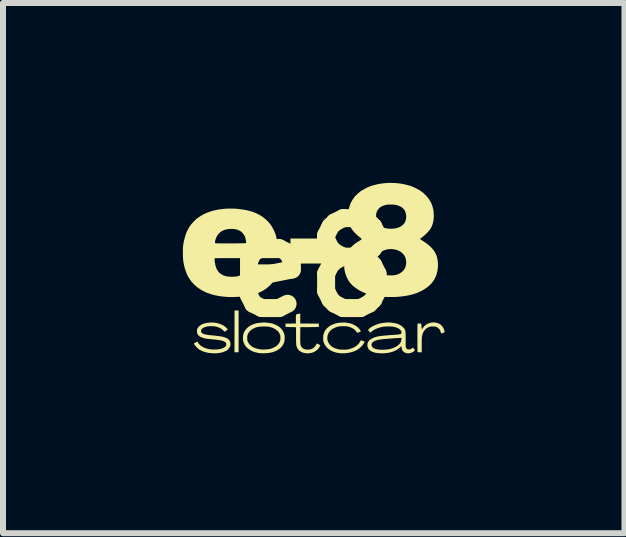
<source format=kicad_pcb>
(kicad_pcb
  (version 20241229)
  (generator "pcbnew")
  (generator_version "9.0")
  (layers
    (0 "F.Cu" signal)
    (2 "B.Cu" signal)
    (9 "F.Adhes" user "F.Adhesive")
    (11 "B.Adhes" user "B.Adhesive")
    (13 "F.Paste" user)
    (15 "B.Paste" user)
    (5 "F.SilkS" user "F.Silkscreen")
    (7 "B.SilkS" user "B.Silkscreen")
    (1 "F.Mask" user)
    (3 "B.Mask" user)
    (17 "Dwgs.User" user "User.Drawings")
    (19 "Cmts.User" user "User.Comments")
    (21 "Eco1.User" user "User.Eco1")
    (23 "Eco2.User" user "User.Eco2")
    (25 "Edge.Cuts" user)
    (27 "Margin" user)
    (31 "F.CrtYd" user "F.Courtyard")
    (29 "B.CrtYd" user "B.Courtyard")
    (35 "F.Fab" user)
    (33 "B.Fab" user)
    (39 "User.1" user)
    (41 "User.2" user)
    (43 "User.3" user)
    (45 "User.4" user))
  (footprint "e8"
    (layer "F.Cu")
    (at 2.174 1.409)
    (property "Reference" "e8" (at 0 0 0) (layer "F.SilkS") (effects (font (size 1.5 1.5) (thickness 0.3))))
    (attr board_only exclude_from_pos_files exclude_from_bom)
    (fp_poly (pts (xy -1.245 1.067) (xy -1.245 1.415) (xy -1.279 1.415) (xy -1.314 1.415) (xy -1.313 1.068) (xy -1.313 0.72) (xy -1.279 0.719) (xy -1.245 0.718)) (stroke (width 0) (type solid)) (fill yes) (layer "F.SilkS"))
    (fp_poly (pts (xy 0.298 -0.273) (xy 0.298 -0.065) (xy -0.04 -0.064) (xy -0.096 -0.064) (xy -0.145 -0.064) (xy -0.189 -0.064) (xy -0.227 -0.064) (xy -0.261 -0.064) (xy -0.289 -0.064) (xy -0.313 -0.064) (xy -0.333 -0.064) (xy -0.349 -0.065) (xy -0.361 -0.065) (xy -0.37 -0.065) (xy -0.376 -0.066) (xy -0.379 -0.066) (xy -0.38 -0.067) (xy -0.38 -0.071) (xy -0.38 -0.08) (xy -0.38 -0.095) (xy -0.381 -0.114) (xy -0.381 -0.138) (xy -0.381 -0.165) (xy -0.381 -0.196) (xy -0.381 -0.228) (xy -0.381 -0.263) (xy -0.381 -0.276) (xy -0.38 -0.481) (xy -0.041 -0.481) (xy 0.298 -0.481)) (stroke (width 0) (type solid)) (fill yes) (layer "F.SilkS"))
    (fp_poly (pts (xy -0.217 0.852) (xy -0.217 0.936) (xy -0.062 0.937) (xy 0.093 0.938) (xy 0.093 0.966) (xy 0.093 0.994) (xy -0.061 0.996) (xy -0.216 0.997) (xy -0.217 1.133) (xy -0.217 1.169) (xy -0.217 1.2) (xy -0.217 1.226) (xy -0.216 1.247) (xy -0.215 1.265) (xy -0.214 1.279) (xy -0.212 1.29) (xy -0.21 1.3) (xy -0.207 1.308) (xy -0.203 1.316) (xy -0.198 1.324) (xy -0.194 1.329) (xy -0.178 1.346) (xy -0.158 1.359) (xy -0.134 1.367) (xy -0.105 1.371) (xy -0.093 1.372) (xy -0.062 1.37) (xy -0.035 1.363) (xy -0.01 1.352) (xy 0.009 1.339) (xy 0.021 1.328) (xy 0.033 1.313) (xy 0.044 1.298) (xy 0.052 1.284) (xy 0.053 1.282) (xy 0.056 1.274) (xy 0.06 1.27) (xy 0.06 1.27) (xy 0.065 1.271) (xy 0.074 1.275) (xy 0.084 1.28) (xy 0.095 1.285) (xy 0.105 1.291) (xy 0.113 1.295) (xy 0.116 1.298) (xy 0.117 1.299) (xy 0.115 1.306) (xy 0.109 1.317) (xy 0.102 1.33) (xy 0.093 1.344) (xy 0.083 1.357) (xy 0.074 1.368) (xy 0.07 1.371) (xy 0.06 1.38) (xy 0.047 1.39) (xy 0.032 1.399) (xy 0.019 1.407) (xy 0.013 1.411) (xy -0.016 1.422) (xy -0.047 1.429) (xy -0.08 1.433) (xy -0.113 1.433) (xy -0.137 1.43) (xy -0.172 1.422) (xy -0.203 1.409) (xy -0.228 1.393) (xy -0.249 1.373) (xy -0.266 1.348) (xy -0.276 1.325) (xy -0.278 1.317) (xy -0.28 1.31) (xy -0.282 1.302) (xy -0.284 1.293) (xy -0.285 1.283) (xy -0.285 1.27) (xy -0.286 1.254) (xy -0.286 1.235) (xy -0.287 1.211) (xy -0.287 1.182) (xy -0.287 1.148) (xy -0.287 1.145) (xy -0.287 1.115) (xy -0.287 1.088) (xy -0.287 1.063) (xy -0.288 1.041) (xy -0.288 1.024) (xy -0.288 1.01) (xy -0.289 1.002) (xy -0.289 1) (xy -0.292 0.999) (xy -0.298 0.998) (xy -0.309 0.997) (xy -0.324 0.996) (xy -0.344 0.996) (xy -0.37 0.995) (xy -0.377 0.995) (xy -0.462 0.994) (xy -0.462 0.966) (xy -0.462 0.938) (xy -0.376 0.937) (xy -0.29 0.936) (xy -0.29 0.864) (xy -0.29 0.839) (xy -0.29 0.82) (xy -0.289 0.806) (xy -0.288 0.796) (xy -0.286 0.789) (xy -0.283 0.785) (xy -0.28 0.783) (xy -0.275 0.781) (xy -0.271 0.78) (xy -0.255 0.777) (xy -0.238 0.774) (xy -0.226 0.771) (xy -0.217 0.768)) (stroke (width 0) (type solid)) (fill yes) (layer "F.SilkS"))
    (fp_poly (pts (xy 2.036 0.92) (xy 2.07 0.928) (xy 2.086 0.934) (xy 2.101 0.94) (xy 2.113 0.947) (xy 2.124 0.956) (xy 2.137 0.967) (xy 2.158 0.991) (xy 2.174 1.018) (xy 2.185 1.05) (xy 2.185 1.05) (xy 2.189 1.064) (xy 2.19 1.074) (xy 2.188 1.08) (xy 2.183 1.085) (xy 2.173 1.089) (xy 2.161 1.093) (xy 2.132 1.102) (xy 2.129 1.092) (xy 2.123 1.071) (xy 2.117 1.054) (xy 2.11 1.04) (xy 2.101 1.029) (xy 2.089 1.017) (xy 2.089 1.017) (xy 2.074 1.004) (xy 2.058 0.995) (xy 2.041 0.989) (xy 2.02 0.986) (xy 1.995 0.985) (xy 1.993 0.985) (xy 1.975 0.985) (xy 1.961 0.986) (xy 1.95 0.988) (xy 1.94 0.991) (xy 1.935 0.993) (xy 1.909 1.004) (xy 1.885 1.02) (xy 1.87 1.032) (xy 1.863 1.041) (xy 1.855 1.051) (xy 1.847 1.062) (xy 1.84 1.072) (xy 1.835 1.08) (xy 1.834 1.084) (xy 1.833 1.089) (xy 1.83 1.094) (xy 1.827 1.1) (xy 1.825 1.105) (xy 1.823 1.11) (xy 1.821 1.117) (xy 1.819 1.127) (xy 1.816 1.14) (xy 1.812 1.157) (xy 1.811 1.164) (xy 1.811 1.177) (xy 1.81 1.194) (xy 1.809 1.216) (xy 1.809 1.242) (xy 1.809 1.271) (xy 1.809 1.293) (xy 1.809 1.415) (xy 1.775 1.415) (xy 1.759 1.415) (xy 1.75 1.415) (xy 1.744 1.414) (xy 1.74 1.412) (xy 1.739 1.409) (xy 1.738 1.408) (xy 1.738 1.404) (xy 1.738 1.393) (xy 1.738 1.378) (xy 1.737 1.359) (xy 1.737 1.335) (xy 1.737 1.309) (xy 1.737 1.28) (xy 1.737 1.249) (xy 1.737 1.216) (xy 1.737 1.183) (xy 1.737 1.15) (xy 1.737 1.117) (xy 1.737 1.085) (xy 1.737 1.055) (xy 1.737 1.028) (xy 1.737 1.003) (xy 1.738 0.982) (xy 1.738 0.965) (xy 1.738 0.953) (xy 1.739 0.947) (xy 1.739 0.946) (xy 1.74 0.936) (xy 1.77 0.936) (xy 1.784 0.936) (xy 1.794 0.937) (xy 1.799 0.94) (xy 1.802 0.945) (xy 1.803 0.953) (xy 1.803 0.96) (xy 1.803 0.97) (xy 1.804 0.982) (xy 1.805 0.996) (xy 1.807 1.009) (xy 1.809 1.021) (xy 1.81 1.029) (xy 1.812 1.033) (xy 1.812 1.034) (xy 1.814 1.031) (xy 1.819 1.025) (xy 1.824 1.016) (xy 1.845 0.988) (xy 1.869 0.964) (xy 1.899 0.945) (xy 1.932 0.93) (xy 1.968 0.921) (xy 1.968 0.921) (xy 2.002 0.917)) (stroke (width 0) (type solid)) (fill yes) (layer "F.SilkS"))
    (fp_poly (pts (xy 0.531 0.92) (xy 0.567 0.924) (xy 0.602 0.931) (xy 0.634 0.939) (xy 0.651 0.946) (xy 0.685 0.961) (xy 0.715 0.978) (xy 0.739 0.997) (xy 0.761 1.018) (xy 0.768 1.026) (xy 0.774 1.035) (xy 0.781 1.045) (xy 0.787 1.054) (xy 0.792 1.063) (xy 0.794 1.068) (xy 0.794 1.07) (xy 0.786 1.073) (xy 0.775 1.077) (xy 0.763 1.082) (xy 0.751 1.086) (xy 0.741 1.089) (xy 0.734 1.09) (xy 0.734 1.09) (xy 0.73 1.088) (xy 0.725 1.081) (xy 0.72 1.074) (xy 0.705 1.054) (xy 0.686 1.036) (xy 0.662 1.019) (xy 0.635 1.005) (xy 0.615 0.997) (xy 0.59 0.989) (xy 0.566 0.984) (xy 0.539 0.981) (xy 0.509 0.98) (xy 0.499 0.98) (xy 0.473 0.981) (xy 0.451 0.982) (xy 0.43 0.985) (xy 0.408 0.99) (xy 0.384 0.996) (xy 0.37 1.002) (xy 0.352 1.01) (xy 0.334 1.019) (xy 0.316 1.03) (xy 0.302 1.04) (xy 0.298 1.043) (xy 0.275 1.066) (xy 0.257 1.092) (xy 0.244 1.121) (xy 0.236 1.151) (xy 0.234 1.181) (xy 0.237 1.212) (xy 0.246 1.241) (xy 0.261 1.269) (xy 0.27 1.282) (xy 0.283 1.296) (xy 0.297 1.309) (xy 0.31 1.321) (xy 0.32 1.327) (xy 0.33 1.333) (xy 0.34 1.338) (xy 0.342 1.339) (xy 0.352 1.344) (xy 0.367 1.35) (xy 0.384 1.356) (xy 0.402 1.361) (xy 0.419 1.366) (xy 0.43 1.368) (xy 0.443 1.37) (xy 0.46 1.371) (xy 0.481 1.372) (xy 0.502 1.372) (xy 0.524 1.372) (xy 0.545 1.371) (xy 0.562 1.37) (xy 0.576 1.369) (xy 0.58 1.368) (xy 0.623 1.356) (xy 0.661 1.342) (xy 0.694 1.326) (xy 0.722 1.306) (xy 0.747 1.284) (xy 0.764 1.264) (xy 0.772 1.252) (xy 0.78 1.24) (xy 0.784 1.231) (xy 0.789 1.223) (xy 0.793 1.218) (xy 0.795 1.216) (xy 0.799 1.217) (xy 0.807 1.22) (xy 0.818 1.223) (xy 0.83 1.227) (xy 0.842 1.231) (xy 0.851 1.235) (xy 0.856 1.237) (xy 0.857 1.237) (xy 0.856 1.24) (xy 0.853 1.247) (xy 0.848 1.257) (xy 0.848 1.258) (xy 0.828 1.29) (xy 0.802 1.32) (xy 0.771 1.347) (xy 0.746 1.366) (xy 0.734 1.373) (xy 0.725 1.379) (xy 0.719 1.383) (xy 0.717 1.383) (xy 0.713 1.385) (xy 0.706 1.388) (xy 0.696 1.392) (xy 0.695 1.393) (xy 0.684 1.398) (xy 0.675 1.402) (xy 0.665 1.405) (xy 0.653 1.409) (xy 0.636 1.414) (xy 0.635 1.414) (xy 0.584 1.426) (xy 0.531 1.432) (xy 0.477 1.433) (xy 0.443 1.43) (xy 0.415 1.427) (xy 0.388 1.422) (xy 0.365 1.416) (xy 0.345 1.409) (xy 0.336 1.405) (xy 0.33 1.403) (xy 0.327 1.402) (xy 0.323 1.401) (xy 0.315 1.397) (xy 0.305 1.393) (xy 0.269 1.371) (xy 0.238 1.347) (xy 0.212 1.319) (xy 0.191 1.286) (xy 0.181 1.268) (xy 0.172 1.242) (xy 0.166 1.212) (xy 0.165 1.178) (xy 0.165 1.161) (xy 0.167 1.144) (xy 0.168 1.13) (xy 0.171 1.117) (xy 0.175 1.104) (xy 0.181 1.088) (xy 0.188 1.071) (xy 0.201 1.049) (xy 0.219 1.025) (xy 0.242 1.003) (xy 0.267 0.983) (xy 0.276 0.977) (xy 0.293 0.967) (xy 0.314 0.957) (xy 0.336 0.948) (xy 0.357 0.94) (xy 0.376 0.934) (xy 0.38 0.933) (xy 0.392 0.93) (xy 0.404 0.928) (xy 0.41 0.927) (xy 0.417 0.925) (xy 0.429 0.924) (xy 0.444 0.922) (xy 0.459 0.921) (xy 0.494 0.919)) (stroke (width 0) (type solid)) (fill yes) (layer "F.SilkS"))
    (fp_poly (pts (xy -0.82 0.919) (xy -0.805 0.919) (xy -0.788 0.921) (xy -0.771 0.922) (xy -0.755 0.924) (xy -0.74 0.926) (xy -0.731 0.927) (xy -0.711 0.931) (xy -0.694 0.934) (xy -0.68 0.938) (xy -0.667 0.942) (xy -0.652 0.948) (xy -0.633 0.955) (xy -0.632 0.955) (xy -0.615 0.963) (xy -0.595 0.974) (xy -0.575 0.987) (xy -0.557 1) (xy -0.548 1.008) (xy -0.525 1.033) (xy -0.505 1.062) (xy -0.49 1.093) (xy -0.48 1.125) (xy -0.479 1.133) (xy -0.477 1.148) (xy -0.476 1.166) (xy -0.477 1.186) (xy -0.478 1.206) (xy -0.48 1.224) (xy -0.482 1.238) (xy -0.483 1.242) (xy -0.494 1.271) (xy -0.507 1.296) (xy -0.523 1.318) (xy -0.543 1.34) (xy -0.544 1.341) (xy -0.557 1.352) (xy -0.573 1.364) (xy -0.591 1.376) (xy -0.608 1.386) (xy -0.624 1.394) (xy -0.635 1.398) (xy -0.645 1.402) (xy -0.653 1.405) (xy -0.655 1.406) (xy -0.664 1.41) (xy -0.671 1.412) (xy -0.677 1.414) (xy -0.684 1.416) (xy -0.694 1.418) (xy -0.709 1.421) (xy -0.709 1.421) (xy -0.73 1.425) (xy -0.748 1.428) (xy -0.766 1.43) (xy -0.786 1.431) (xy -0.808 1.432) (xy -0.828 1.432) (xy -0.848 1.432) (xy -0.866 1.432) (xy -0.88 1.431) (xy -0.882 1.431) (xy -0.898 1.429) (xy -0.913 1.427) (xy -0.925 1.425) (xy -0.927 1.424) (xy -0.946 1.42) (xy -0.961 1.417) (xy -0.971 1.414) (xy -0.977 1.412) (xy -0.978 1.412) (xy -0.986 1.409) (xy -0.995 1.406) (xy -0.996 1.406) (xy -1.008 1.401) (xy -1.018 1.397) (xy -1.026 1.394) (xy -1.031 1.391) (xy -1.067 1.37) (xy -1.097 1.347) (xy -1.122 1.322) (xy -1.142 1.294) (xy -1.157 1.262) (xy -1.168 1.229) (xy -1.171 1.212) (xy -1.172 1.192) (xy -1.172 1.177) (xy -1.101 1.177) (xy -1.101 1.194) (xy -1.1 1.207) (xy -1.099 1.217) (xy -1.097 1.226) (xy -1.094 1.234) (xy -1.078 1.264) (xy -1.058 1.29) (xy -1.033 1.313) (xy -1.003 1.332) (xy -0.967 1.347) (xy -0.927 1.359) (xy -0.881 1.367) (xy -0.879 1.367) (xy -0.854 1.37) (xy -0.826 1.37) (xy -0.797 1.369) (xy -0.77 1.367) (xy -0.763 1.366) (xy -0.748 1.364) (xy -0.735 1.362) (xy -0.725 1.36) (xy -0.722 1.36) (xy -0.712 1.358) (xy -0.705 1.355) (xy -0.704 1.355) (xy -0.698 1.353) (xy -0.688 1.349) (xy -0.678 1.345) (xy -0.646 1.331) (xy -0.617 1.313) (xy -0.592 1.29) (xy -0.571 1.264) (xy -0.557 1.237) (xy -0.553 1.227) (xy -0.55 1.218) (xy -0.549 1.209) (xy -0.548 1.198) (xy -0.548 1.183) (xy -0.548 1.177) (xy -0.548 1.16) (xy -0.548 1.148) (xy -0.55 1.139) (xy -0.552 1.13) (xy -0.555 1.121) (xy -0.558 1.116) (xy -0.566 1.098) (xy -0.574 1.084) (xy -0.585 1.07) (xy -0.599 1.056) (xy -0.602 1.053) (xy -0.623 1.037) (xy -0.648 1.021) (xy -0.677 1.008) (xy -0.707 0.998) (xy -0.73 0.992) (xy -0.755 0.988) (xy -0.784 0.986) (xy -0.815 0.985) (xy -0.844 0.985) (xy -0.865 0.986) (xy -0.892 0.989) (xy -0.914 0.991) (xy -0.933 0.995) (xy -0.95 1) (xy -0.967 1.006) (xy -0.985 1.014) (xy -0.997 1.02) (xy -1.029 1.038) (xy -1.055 1.06) (xy -1.076 1.086) (xy -1.092 1.116) (xy -1.094 1.12) (xy -1.097 1.13) (xy -1.099 1.138) (xy -1.101 1.149) (xy -1.101 1.162) (xy -1.101 1.177) (xy -1.172 1.177) (xy -1.172 1.17) (xy -1.171 1.147) (xy -1.168 1.127) (xy -1.165 1.11) (xy -1.163 1.105) (xy -1.158 1.09) (xy -1.153 1.079) (xy -1.148 1.069) (xy -1.141 1.059) (xy -1.134 1.048) (xy -1.112 1.02) (xy -1.085 0.995) (xy -1.057 0.976) (xy -1.026 0.959) (xy -0.995 0.946) (xy -0.963 0.936) (xy -0.929 0.929) (xy -0.89 0.924) (xy -0.881 0.923) (xy -0.866 0.922) (xy -0.853 0.921) (xy -0.843 0.919) (xy -0.838 0.919) (xy -0.832 0.918)) (stroke (width 0) (type solid)) (fill yes) (layer "F.SilkS"))
    (fp_poly (pts (xy -1.643 0.922) (xy -1.604 0.929) (xy -1.587 0.933) (xy -1.551 0.945) (xy -1.521 0.957) (xy -1.495 0.971) (xy -1.472 0.987) (xy -1.455 1.002) (xy -1.447 1.01) (xy -1.439 1.019) (xy -1.433 1.028) (xy -1.429 1.034) (xy -1.428 1.038) (xy -1.428 1.038) (xy -1.431 1.04) (xy -1.438 1.045) (xy -1.446 1.051) (xy -1.446 1.051) (xy -1.46 1.061) (xy -1.469 1.068) (xy -1.475 1.071) (xy -1.48 1.071) (xy -1.485 1.068) (xy -1.49 1.062) (xy -1.496 1.056) (xy -1.507 1.045) (xy -1.521 1.033) (xy -1.532 1.025) (xy -1.546 1.017) (xy -1.559 1.01) (xy -1.571 1.004) (xy -1.58 1) (xy -1.585 0.999) (xy -1.59 0.998) (xy -1.594 0.996) (xy -1.603 0.993) (xy -1.617 0.989) (xy -1.637 0.984) (xy -1.641 0.983) (xy -1.654 0.982) (xy -1.672 0.981) (xy -1.693 0.98) (xy -1.714 0.98) (xy -1.735 0.981) (xy -1.753 0.983) (xy -1.765 0.984) (xy -1.795 0.992) (xy -1.82 1.001) (xy -1.841 1.012) (xy -1.857 1.025) (xy -1.867 1.04) (xy -1.871 1.056) (xy -1.871 1.069) (xy -1.867 1.081) (xy -1.861 1.09) (xy -1.852 1.099) (xy -1.839 1.106) (xy -1.822 1.113) (xy -1.801 1.118) (xy -1.775 1.123) (xy -1.743 1.128) (xy -1.706 1.132) (xy -1.683 1.134) (xy -1.651 1.137) (xy -1.624 1.14) (xy -1.601 1.143) (xy -1.582 1.145) (xy -1.565 1.147) (xy -1.549 1.15) (xy -1.534 1.152) (xy -1.525 1.154) (xy -1.488 1.163) (xy -1.456 1.174) (xy -1.43 1.188) (xy -1.41 1.204) (xy -1.395 1.223) (xy -1.385 1.245) (xy -1.381 1.27) (xy -1.38 1.28) (xy -1.381 1.294) (xy -1.382 1.305) (xy -1.385 1.315) (xy -1.39 1.325) (xy -1.4 1.341) (xy -1.413 1.358) (xy -1.428 1.374) (xy -1.437 1.381) (xy -1.447 1.388) (xy -1.461 1.395) (xy -1.477 1.402) (xy -1.494 1.409) (xy -1.508 1.414) (xy -1.513 1.416) (xy -1.524 1.419) (xy -1.535 1.421) (xy -1.558 1.426) (xy -1.585 1.43) (xy -1.616 1.432) (xy -1.648 1.433) (xy -1.679 1.432) (xy -1.709 1.43) (xy -1.716 1.429) (xy -1.747 1.425) (xy -1.772 1.42) (xy -1.793 1.415) (xy -1.795 1.415) (xy -1.805 1.412) (xy -1.814 1.41) (xy -1.815 1.41) (xy -1.822 1.407) (xy -1.826 1.406) (xy -1.831 1.403) (xy -1.839 1.4) (xy -1.848 1.396) (xy -1.858 1.392) (xy -1.865 1.389) (xy -1.872 1.385) (xy -1.881 1.381) (xy -1.892 1.375) (xy -1.899 1.371) (xy -1.912 1.362) (xy -1.927 1.35) (xy -1.942 1.335) (xy -1.956 1.32) (xy -1.969 1.305) (xy -1.979 1.291) (xy -1.986 1.279) (xy -1.988 1.269) (xy -1.989 1.269) (xy -1.986 1.266) (xy -1.979 1.261) (xy -1.97 1.256) (xy -1.959 1.25) (xy -1.948 1.244) (xy -1.939 1.24) (xy -1.934 1.238) (xy -1.933 1.238) (xy -1.93 1.241) (xy -1.926 1.247) (xy -1.922 1.255) (xy -1.914 1.267) (xy -1.902 1.281) (xy -1.888 1.295) (xy -1.873 1.308) (xy -1.86 1.318) (xy -1.856 1.32) (xy -1.832 1.332) (xy -1.812 1.342) (xy -1.793 1.349) (xy -1.781 1.352) (xy -1.769 1.356) (xy -1.758 1.358) (xy -1.736 1.363) (xy -1.71 1.367) (xy -1.682 1.369) (xy -1.653 1.37) (xy -1.625 1.37) (xy -1.601 1.369) (xy -1.592 1.367) (xy -1.57 1.364) (xy -1.552 1.361) (xy -1.539 1.358) (xy -1.527 1.354) (xy -1.517 1.35) (xy -1.505 1.346) (xy -1.498 1.342) (xy -1.477 1.33) (xy -1.462 1.317) (xy -1.453 1.302) (xy -1.45 1.286) (xy -1.45 1.284) (xy -1.451 1.27) (xy -1.457 1.258) (xy -1.467 1.247) (xy -1.482 1.237) (xy -1.489 1.234) (xy -1.5 1.229) (xy -1.512 1.225) (xy -1.525 1.221) (xy -1.541 1.217) (xy -1.56 1.214) (xy -1.583 1.211) (xy -1.61 1.207) (xy -1.641 1.204) (xy -1.678 1.2) (xy -1.705 1.197) (xy -1.734 1.195) (xy -1.76 1.192) (xy -1.781 1.189) (xy -1.797 1.186) (xy -1.803 1.185) (xy -1.833 1.177) (xy -1.857 1.169) (xy -1.876 1.161) (xy -1.893 1.151) (xy -1.906 1.141) (xy -1.916 1.132) (xy -1.927 1.118) (xy -1.934 1.103) (xy -1.938 1.085) (xy -1.939 1.064) (xy -1.939 1.064) (xy -1.939 1.049) (xy -1.938 1.038) (xy -1.936 1.03) (xy -1.932 1.021) (xy -1.931 1.019) (xy -1.915 0.995) (xy -1.894 0.975) (xy -1.869 0.957) (xy -1.838 0.942) (xy -1.81 0.933) (xy -1.77 0.925) (xy -1.728 0.92) (xy -1.685 0.919)) (stroke (width 0) (type solid)) (fill yes) (layer "F.SilkS"))
    (fp_poly (pts (xy 1.268 0.919) (xy 1.284 0.92) (xy 1.298 0.922) (xy 1.328 0.925) (xy 1.352 0.929) (xy 1.373 0.933) (xy 1.392 0.938) (xy 1.411 0.944) (xy 1.43 0.952) (xy 1.441 0.958) (xy 1.456 0.966) (xy 1.469 0.974) (xy 1.481 0.984) (xy 1.495 0.997) (xy 1.495 0.997) (xy 1.505 1.007) (xy 1.514 1.016) (xy 1.521 1.025) (xy 1.527 1.034) (xy 1.531 1.045) (xy 1.535 1.056) (xy 1.537 1.071) (xy 1.539 1.088) (xy 1.54 1.108) (xy 1.541 1.133) (xy 1.541 1.163) (xy 1.541 1.198) (xy 1.541 1.204) (xy 1.541 1.235) (xy 1.541 1.261) (xy 1.541 1.281) (xy 1.541 1.298) (xy 1.542 1.31) (xy 1.542 1.32) (xy 1.543 1.327) (xy 1.544 1.332) (xy 1.545 1.336) (xy 1.547 1.34) (xy 1.547 1.341) (xy 1.555 1.353) (xy 1.565 1.361) (xy 1.579 1.367) (xy 1.583 1.368) (xy 1.598 1.369) (xy 1.616 1.366) (xy 1.633 1.359) (xy 1.645 1.35) (xy 1.653 1.344) (xy 1.659 1.34) (xy 1.662 1.34) (xy 1.666 1.343) (xy 1.673 1.35) (xy 1.68 1.358) (xy 1.687 1.367) (xy 1.693 1.374) (xy 1.695 1.379) (xy 1.695 1.379) (xy 1.693 1.383) (xy 1.688 1.39) (xy 1.683 1.395) (xy 1.666 1.409) (xy 1.645 1.42) (xy 1.621 1.428) (xy 1.596 1.433) (xy 1.572 1.433) (xy 1.552 1.43) (xy 1.527 1.421) (xy 1.506 1.407) (xy 1.49 1.389) (xy 1.479 1.368) (xy 1.473 1.343) (xy 1.472 1.329) (xy 1.471 1.32) (xy 1.47 1.315) (xy 1.469 1.314) (xy 1.466 1.316) (xy 1.46 1.322) (xy 1.452 1.33) (xy 1.451 1.33) (xy 1.426 1.353) (xy 1.395 1.373) (xy 1.362 1.391) (xy 1.326 1.406) (xy 1.294 1.415) (xy 1.277 1.419) (xy 1.263 1.422) (xy 1.25 1.425) (xy 1.235 1.427) (xy 1.221 1.429) (xy 1.193 1.432) (xy 1.161 1.433) (xy 1.127 1.433) (xy 1.096 1.431) (xy 1.075 1.429) (xy 1.06 1.427) (xy 1.046 1.425) (xy 1.035 1.423) (xy 1.032 1.422) (xy 1.021 1.419) (xy 1.01 1.416) (xy 1.008 1.416) (xy 0.989 1.409) (xy 0.969 1.399) (xy 0.95 1.387) (xy 0.934 1.375) (xy 0.928 1.368) (xy 0.914 1.346) (xy 0.905 1.322) (xy 0.902 1.297) (xy 0.903 1.29) (xy 0.971 1.29) (xy 0.974 1.308) (xy 0.977 1.315) (xy 0.984 1.327) (xy 0.993 1.337) (xy 1.005 1.346) (xy 1.012 1.349) (xy 1.019 1.353) (xy 1.027 1.356) (xy 1.037 1.36) (xy 1.05 1.363) (xy 1.068 1.367) (xy 1.069 1.368) (xy 1.084 1.37) (xy 1.104 1.372) (xy 1.126 1.373) (xy 1.151 1.373) (xy 1.176 1.373) (xy 1.2 1.372) (xy 1.21 1.371) (xy 1.234 1.368) (xy 1.254 1.366) (xy 1.272 1.362) (xy 1.288 1.359) (xy 1.306 1.353) (xy 1.325 1.347) (xy 1.354 1.336) (xy 1.382 1.321) (xy 1.408 1.304) (xy 1.43 1.285) (xy 1.447 1.265) (xy 1.45 1.262) (xy 1.459 1.246) (xy 1.466 1.226) (xy 1.471 1.206) (xy 1.472 1.192) (xy 1.472 1.175) (xy 1.432 1.177) (xy 1.411 1.178) (xy 1.388 1.179) (xy 1.365 1.181) (xy 1.35 1.182) (xy 1.33 1.183) (xy 1.306 1.185) (xy 1.283 1.187) (xy 1.268 1.188) (xy 1.228 1.191) (xy 1.194 1.194) (xy 1.164 1.197) (xy 1.139 1.2) (xy 1.117 1.203) (xy 1.097 1.206) (xy 1.08 1.209) (xy 1.064 1.213) (xy 1.049 1.218) (xy 1.042 1.22) (xy 1.016 1.231) (xy 0.996 1.243) (xy 0.982 1.258) (xy 0.974 1.273) (xy 0.971 1.29) (xy 0.903 1.29) (xy 0.904 1.272) (xy 0.913 1.248) (xy 0.926 1.227) (xy 0.938 1.213) (xy 0.956 1.2) (xy 0.978 1.187) (xy 1.002 1.175) (xy 1.027 1.165) (xy 1.034 1.163) (xy 1.051 1.158) (xy 1.069 1.154) (xy 1.088 1.15) (xy 1.109 1.146) (xy 1.132 1.143) (xy 1.158 1.14) (xy 1.188 1.137) (xy 1.223 1.134) (xy 1.262 1.131) (xy 1.297 1.128) (xy 1.332 1.126) (xy 1.361 1.124) (xy 1.386 1.122) (xy 1.405 1.12) (xy 1.421 1.118) (xy 1.433 1.117) (xy 1.442 1.115) (xy 1.449 1.114) (xy 1.454 1.112) (xy 1.458 1.11) (xy 1.461 1.107) (xy 1.464 1.104) (xy 1.464 1.104) (xy 1.471 1.093) (xy 1.472 1.08) (xy 1.468 1.066) (xy 1.46 1.052) (xy 1.447 1.038) (xy 1.431 1.025) (xy 1.412 1.014) (xy 1.396 1.007) (xy 1.375 1) (xy 1.356 0.994) (xy 1.339 0.99) (xy 1.321 0.988) (xy 1.3 0.986) (xy 1.277 0.985) (xy 1.253 0.985) (xy 1.226 0.985) (xy 1.205 0.986) (xy 1.186 0.987) (xy 1.169 0.989) (xy 1.152 0.992) (xy 1.133 0.997) (xy 1.116 1.001) (xy 1.082 1.011) (xy 1.051 1.023) (xy 1.022 1.037) (xy 0.997 1.051) (xy 0.977 1.066) (xy 0.963 1.08) (xy 0.958 1.085) (xy 0.955 1.087) (xy 0.951 1.085) (xy 0.945 1.079) (xy 0.937 1.072) (xy 0.929 1.063) (xy 0.922 1.055) (xy 0.918 1.049) (xy 0.916 1.045) (xy 0.916 1.042) (xy 0.919 1.037) (xy 0.926 1.03) (xy 0.928 1.027) (xy 0.952 1.007) (xy 0.981 0.987) (xy 1.015 0.97) (xy 1.053 0.954) (xy 1.068 0.949) (xy 1.088 0.942) (xy 1.106 0.937) (xy 1.124 0.933) (xy 1.144 0.929) (xy 1.165 0.926) (xy 1.191 0.923) (xy 1.205 0.922) (xy 1.225 0.92) (xy 1.241 0.919) (xy 1.254 0.918)) (stroke (width 0) (type solid)) (fill yes) (layer "F.SilkS"))
    (fp_poly (pts (xy -1.366 -0.98) (xy -1.338 -0.98) (xy -1.312 -0.979) (xy -1.288 -0.978) (xy -1.27 -0.977) (xy -1.248 -0.974) (xy -1.223 -0.971) (xy -1.197 -0.968) (xy -1.17 -0.964) (xy -1.143 -0.959) (xy -1.118 -0.955) (xy -1.095 -0.95) (xy -1.074 -0.945) (xy -1.058 -0.941) (xy -1.047 -0.938) (xy -1.042 -0.936) (xy -1.034 -0.933) (xy -1.031 -0.933) (xy -1.025 -0.931) (xy -1.023 -0.93) (xy -1.018 -0.927) (xy -1.013 -0.927) (xy -1.007 -0.925) (xy -1.004 -0.923) (xy -0.999 -0.92) (xy -0.997 -0.92) (xy -0.992 -0.919) (xy -0.983 -0.916) (xy -0.978 -0.914) (xy -0.968 -0.909) (xy -0.959 -0.906) (xy -0.956 -0.905) (xy -0.948 -0.901) (xy -0.935 -0.895) (xy -0.921 -0.887) (xy -0.905 -0.879) (xy -0.89 -0.871) (xy -0.878 -0.864) (xy -0.876 -0.863) (xy -0.829 -0.831) (xy -0.785 -0.794) (xy -0.745 -0.754) (xy -0.71 -0.711) (xy -0.681 -0.666) (xy -0.672 -0.648) (xy -0.662 -0.629) (xy -0.653 -0.61) (xy -0.645 -0.594) (xy -0.643 -0.588) (xy -0.64 -0.58) (xy -0.637 -0.574) (xy -0.628 -0.549) (xy -0.62 -0.519) (xy -0.612 -0.486) (xy -0.604 -0.45) (xy -0.597 -0.412) (xy -0.592 -0.375) (xy -0.588 -0.339) (xy -0.586 -0.317) (xy -0.585 -0.296) (xy -0.584 -0.274) (xy -0.584 -0.251) (xy -0.583 -0.229) (xy -0.583 -0.208) (xy -0.583 -0.19) (xy -0.584 -0.175) (xy -0.584 -0.165) (xy -0.585 -0.162) (xy -0.587 -0.154) (xy -1.111 -0.154) (xy -1.168 -0.154) (xy -1.223 -0.154) (xy -1.277 -0.154) (xy -1.328 -0.154) (xy -1.376 -0.154) (xy -1.421 -0.154) (xy -1.464 -0.154) (xy -1.502 -0.154) (xy -1.536 -0.154) (xy -1.566 -0.153) (xy -1.592 -0.153) (xy -1.612 -0.153) (xy -1.627 -0.153) (xy -1.637 -0.153) (xy -1.64 -0.153) (xy -1.643 -0.148) (xy -1.645 -0.139) (xy -1.645 -0.125) (xy -1.644 -0.108) (xy -1.642 -0.088) (xy -1.638 -0.067) (xy -1.634 -0.046) (xy -1.629 -0.025) (xy -1.623 -0.005) (xy -1.622 -0.002) (xy -1.612 0.022) (xy -1.599 0.047) (xy -1.583 0.07) (xy -1.567 0.089) (xy -1.56 0.095) (xy -1.549 0.104) (xy -1.534 0.114) (xy -1.517 0.124) (xy -1.5 0.132) (xy -1.486 0.138) (xy -1.483 0.139) (xy -1.466 0.144) (xy -1.45 0.148) (xy -1.434 0.151) (xy -1.414 0.153) (xy -1.398 0.155) (xy -1.368 0.156) (xy -1.336 0.156) (xy -1.305 0.154) (xy -1.276 0.151) (xy -1.261 0.147) (xy -1.243 0.142) (xy -1.224 0.136) (xy -1.205 0.128) (xy -1.188 0.119) (xy -1.18 0.114) (xy -1.155 0.095) (xy -1.135 0.071) (xy -1.119 0.043) (xy -1.107 0.012) (xy -1.101 -0.022) (xy -1.1 -0.027) (xy -1.098 -0.049) (xy -0.844 -0.05) (xy -0.798 -0.05) (xy -0.758 -0.05) (xy -0.723 -0.05) (xy -0.694 -0.05) (xy -0.669 -0.05) (xy -0.648 -0.05) (xy -0.631 -0.05) (xy -0.618 -0.049) (xy -0.608 -0.049) (xy -0.6 -0.049) (xy -0.594 -0.048) (xy -0.591 -0.047) (xy -0.588 -0.047) (xy -0.587 -0.046) (xy -0.586 -0.045) (xy -0.585 -0.038) (xy -0.585 -0.027) (xy -0.586 -0.012) (xy -0.587 0.005) (xy -0.589 0.024) (xy -0.592 0.043) (xy -0.595 0.06) (xy -0.596 0.065) (xy -0.609 0.115) (xy -0.626 0.161) (xy -0.647 0.203) (xy -0.672 0.242) (xy -0.702 0.279) (xy -0.719 0.296) (xy -0.757 0.331) (xy -0.797 0.362) (xy -0.84 0.389) (xy -0.888 0.413) (xy -0.917 0.426) (xy -0.964 0.443) (xy -1.016 0.458) (xy -1.072 0.47) (xy -1.133 0.48) (xy -1.198 0.488) (xy -1.265 0.492) (xy -1.335 0.494) (xy -1.357 0.495) (xy -1.378 0.494) (xy -1.397 0.494) (xy -1.414 0.494) (xy -1.426 0.494) (xy -1.434 0.493) (xy -1.435 0.493) (xy -1.44 0.492) (xy -1.449 0.491) (xy -1.462 0.49) (xy -1.477 0.489) (xy -1.482 0.489) (xy -1.51 0.486) (xy -1.542 0.482) (xy -1.575 0.477) (xy -1.608 0.471) (xy -1.638 0.465) (xy -1.664 0.459) (xy -1.665 0.459) (xy -1.675 0.456) (xy -1.689 0.452) (xy -1.705 0.446) (xy -1.722 0.441) (xy -1.738 0.436) (xy -1.752 0.431) (xy -1.762 0.427) (xy -1.766 0.426) (xy -1.773 0.423) (xy -1.783 0.419) (xy -1.785 0.418) (xy -1.803 0.41) (xy -1.824 0.399) (xy -1.847 0.387) (xy -1.869 0.375) (xy -1.888 0.363) (xy -1.89 0.362) (xy -1.939 0.328) (xy -1.984 0.288) (xy -2.025 0.245) (xy -2.06 0.197) (xy -2.091 0.146) (xy -2.101 0.126) (xy -2.114 0.096) (xy -2.127 0.062) (xy -2.139 0.025) (xy -2.149 -0.011) (xy -2.157 -0.045) (xy -2.159 -0.056) (xy -2.161 -0.069) (xy -2.164 -0.084) (xy -2.165 -0.091) (xy -2.168 -0.108) (xy -2.17 -0.131) (xy -2.172 -0.157) (xy -2.173 -0.186) (xy -2.174 -0.217) (xy -2.174 -0.248) (xy -2.174 -0.278) (xy -2.174 -0.307) (xy -2.173 -0.333) (xy -2.171 -0.354) (xy -2.169 -0.371) (xy -2.169 -0.372) (xy -2.166 -0.384) (xy -2.164 -0.399) (xy -2.162 -0.413) (xy -2.162 -0.413) (xy -1.64 -0.413) (xy -1.638 -0.405) (xy -1.638 -0.404) (xy -1.634 -0.403) (xy -1.625 -0.403) (xy -1.61 -0.402) (xy -1.591 -0.401) (xy -1.568 -0.401) (xy -1.542 -0.401) (xy -1.513 -0.4) (xy -1.481 -0.4) (xy -1.448 -0.4) (xy -1.413 -0.4) (xy -1.379 -0.4) (xy -1.344 -0.4) (xy -1.309 -0.4) (xy -1.276 -0.4) (xy -1.245 -0.401) (xy -1.216 -0.401) (xy -1.19 -0.402) (xy -1.167 -0.402) (xy -1.149 -0.403) (xy -1.135 -0.403) (xy -1.126 -0.404) (xy -1.123 -0.405) (xy -1.121 -0.407) (xy -1.119 -0.41) (xy -1.119 -0.416) (xy -1.12 -0.425) (xy -1.122 -0.437) (xy -1.125 -0.457) (xy -1.129 -0.476) (xy -1.134 -0.496) (xy -1.137 -0.507) (xy -1.143 -0.521) (xy -1.153 -0.538) (xy -1.165 -0.555) (xy -1.178 -0.572) (xy -1.192 -0.587) (xy -1.205 -0.598) (xy -1.208 -0.6) (xy -1.224 -0.609) (xy -1.242 -0.618) (xy -1.258 -0.626) (xy -1.271 -0.631) (xy -1.273 -0.631) (xy -1.313 -0.639) (xy -1.355 -0.642) (xy -1.398 -0.641) (xy -1.421 -0.638) (xy -1.44 -0.635) (xy -1.454 -0.632) (xy -1.466 -0.629) (xy -1.478 -0.626) (xy -1.491 -0.621) (xy -1.498 -0.618) (xy -1.531 -0.601) (xy -1.559 -0.58) (xy -1.583 -0.556) (xy -1.603 -0.526) (xy -1.607 -0.519) (xy -1.616 -0.5) (xy -1.624 -0.481) (xy -1.631 -0.461) (xy -1.636 -0.442) (xy -1.639 -0.426) (xy -1.64 -0.413) (xy -2.162 -0.413) (xy -2.159 -0.429) (xy -2.154 -0.449) (xy -2.149 -0.471) (xy -2.143 -0.494) (xy -2.137 -0.516) (xy -2.131 -0.536) (xy -2.126 -0.553) (xy -2.121 -0.565) (xy -2.121 -0.566) (xy -2.118 -0.573) (xy -2.114 -0.582) (xy -2.113 -0.585) (xy -2.09 -0.633) (xy -2.065 -0.676) (xy -2.036 -0.717) (xy -2.002 -0.755) (xy -1.99 -0.767) (xy -1.975 -0.782) (xy -1.963 -0.794) (xy -1.954 -0.803) (xy -1.944 -0.81) (xy -1.935 -0.818) (xy -1.923 -0.827) (xy -1.917 -0.831) (xy -1.874 -0.86) (xy -1.83 -0.885) (xy -1.783 -0.907) (xy -1.734 -0.926) (xy -1.682 -0.942) (xy -1.626 -0.956) (xy -1.565 -0.967) (xy -1.498 -0.975) (xy -1.486 -0.977) (xy -1.469 -0.978) (xy -1.448 -0.979) (xy -1.422 -0.98) (xy -1.395 -0.98)) (stroke (width 0) (type solid)) (fill yes) (layer "F.SilkS"))
    (fp_poly (pts (xy 1.335 -1.408) (xy 1.377 -1.406) (xy 1.417 -1.402) (xy 1.456 -1.397) (xy 1.49 -1.392) (xy 1.502 -1.389) (xy 1.522 -1.385) (xy 1.542 -1.38) (xy 1.562 -1.375) (xy 1.579 -1.371) (xy 1.592 -1.368) (xy 1.597 -1.366) (xy 1.609 -1.362) (xy 1.62 -1.359) (xy 1.623 -1.358) (xy 1.634 -1.354) (xy 1.645 -1.35) (xy 1.645 -1.35) (xy 1.656 -1.345) (xy 1.666 -1.341) (xy 1.666 -1.341) (xy 1.676 -1.336) (xy 1.687 -1.332) (xy 1.688 -1.331) (xy 1.741 -1.305) (xy 1.791 -1.275) (xy 1.837 -1.24) (xy 1.878 -1.2) (xy 1.915 -1.158) (xy 1.934 -1.131) (xy 1.953 -1.1) (xy 1.969 -1.068) (xy 1.983 -1.034) (xy 1.994 -0.995) (xy 1.996 -0.987) (xy 2.002 -0.961) (xy 2.006 -0.932) (xy 2.009 -0.9) (xy 2.01 -0.869) (xy 2.01 -0.84) (xy 2.008 -0.815) (xy 2.007 -0.807) (xy 2.005 -0.792) (xy 2.002 -0.775) (xy 2.001 -0.764) (xy 1.991 -0.723) (xy 1.976 -0.683) (xy 1.955 -0.644) (xy 1.932 -0.613) (xy 1.889 -0.566) (xy 1.841 -0.522) (xy 1.805 -0.494) (xy 1.795 -0.487) (xy 1.788 -0.48) (xy 1.784 -0.475) (xy 1.784 -0.474) (xy 1.784 -0.472) (xy 1.786 -0.469) (xy 1.789 -0.466) (xy 1.796 -0.462) (xy 1.805 -0.455) (xy 1.82 -0.446) (xy 1.828 -0.441) (xy 1.879 -0.407) (xy 1.924 -0.373) (xy 1.963 -0.337) (xy 1.995 -0.301) (xy 2.022 -0.265) (xy 2.043 -0.226) (xy 2.059 -0.187) (xy 2.068 -0.154) (xy 2.077 -0.096) (xy 2.08 -0.04) (xy 2.077 0.015) (xy 2.068 0.069) (xy 2.054 0.122) (xy 2.043 0.15) (xy 2.022 0.195) (xy 1.995 0.237) (xy 1.963 0.276) (xy 1.924 0.313) (xy 1.88 0.347) (xy 1.831 0.378) (xy 1.776 0.406) (xy 1.732 0.426) (xy 1.724 0.428) (xy 1.711 0.433) (xy 1.694 0.438) (xy 1.673 0.445) (xy 1.67 0.446) (xy 1.626 0.458) (xy 1.576 0.469) (xy 1.521 0.478) (xy 1.462 0.486) (xy 1.404 0.491) (xy 1.385 0.493) (xy 1.362 0.493) (xy 1.335 0.494) (xy 1.306 0.494) (xy 1.276 0.494) (xy 1.247 0.494) (xy 1.22 0.493) (xy 1.197 0.492) (xy 1.18 0.491) (xy 1.131 0.487) (xy 1.086 0.482) (xy 1.045 0.475) (xy 1.005 0.468) (xy 0.965 0.459) (xy 0.924 0.448) (xy 0.922 0.448) (xy 0.871 0.431) (xy 0.819 0.409) (xy 0.769 0.384) (xy 0.722 0.354) (xy 0.679 0.322) (xy 0.66 0.307) (xy 0.627 0.273) (xy 0.597 0.235) (xy 0.571 0.192) (xy 0.55 0.145) (xy 0.533 0.095) (xy 0.521 0.042) (xy 0.52 0.037) (xy 0.518 0.014) (xy 0.516 -0.014) (xy 0.517 -0.044) (xy 0.518 -0.076) (xy 0.519 -0.085) (xy 1.048 -0.085) (xy 1.048 -0.066) (xy 1.049 -0.051) (xy 1.05 -0.038) (xy 1.052 -0.027) (xy 1.056 -0.014) (xy 1.06 -0.002) (xy 1.07 0.023) (xy 1.086 0.047) (xy 1.106 0.07) (xy 1.129 0.089) (xy 1.152 0.104) (xy 1.153 0.105) (xy 1.17 0.112) (xy 1.182 0.118) (xy 1.193 0.122) (xy 1.203 0.125) (xy 1.212 0.127) (xy 1.237 0.131) (xy 1.266 0.133) (xy 1.297 0.134) (xy 1.327 0.133) (xy 1.355 0.13) (xy 1.379 0.126) (xy 1.416 0.114) (xy 1.45 0.096) (xy 1.48 0.074) (xy 1.489 0.066) (xy 1.506 0.048) (xy 1.519 0.031) (xy 1.529 0.013) (xy 1.537 -0.008) (xy 1.544 -0.033) (xy 1.546 -0.044) (xy 1.55 -0.072) (xy 1.55 -0.099) (xy 1.546 -0.124) (xy 1.539 -0.154) (xy 1.53 -0.179) (xy 1.517 -0.201) (xy 1.501 -0.222) (xy 1.489 -0.234) (xy 1.46 -0.258) (xy 1.426 -0.277) (xy 1.389 -0.292) (xy 1.348 -0.301) (xy 1.34 -0.302) (xy 1.301 -0.306) (xy 1.261 -0.304) (xy 1.223 -0.298) (xy 1.187 -0.287) (xy 1.155 -0.272) (xy 1.126 -0.253) (xy 1.11 -0.24) (xy 1.093 -0.222) (xy 1.079 -0.206) (xy 1.069 -0.188) (xy 1.06 -0.167) (xy 1.055 -0.153) (xy 1.052 -0.143) (xy 1.05 -0.133) (xy 1.049 -0.122) (xy 1.048 -0.109) (xy 1.048 -0.091) (xy 1.048 -0.085) (xy 0.519 -0.085) (xy 0.521 -0.108) (xy 0.524 -0.137) (xy 0.529 -0.162) (xy 0.538 -0.194) (xy 0.551 -0.226) (xy 0.567 -0.257) (xy 0.584 -0.284) (xy 0.586 -0.287) (xy 0.599 -0.303) (xy 0.614 -0.32) (xy 0.632 -0.338) (xy 0.65 -0.356) (xy 0.667 -0.371) (xy 0.681 -0.383) (xy 0.687 -0.388) (xy 0.694 -0.393) (xy 0.699 -0.397) (xy 0.7 -0.397) (xy 0.703 -0.4) (xy 0.71 -0.405) (xy 0.72 -0.412) (xy 0.733 -0.42) (xy 0.747 -0.429) (xy 0.761 -0.438) (xy 0.775 -0.447) (xy 0.786 -0.454) (xy 0.795 -0.46) (xy 0.799 -0.462) (xy 0.805 -0.466) (xy 0.806 -0.472) (xy 0.803 -0.478) (xy 0.796 -0.486) (xy 0.783 -0.497) (xy 0.78 -0.499) (xy 0.737 -0.534) (xy 0.7 -0.57) (xy 0.668 -0.605) (xy 0.641 -0.639) (xy 0.621 -0.673) (xy 0.609 -0.7) (xy 0.598 -0.734) (xy 0.59 -0.771) (xy 0.585 -0.811) (xy 0.583 -0.848) (xy 1.048 -0.848) (xy 1.048 -0.826) (xy 1.049 -0.809) (xy 1.051 -0.796) (xy 1.053 -0.783) (xy 1.058 -0.771) (xy 1.059 -0.767) (xy 1.073 -0.739) (xy 1.092 -0.714) (xy 1.116 -0.693) (xy 1.145 -0.675) (xy 1.179 -0.661) (xy 1.209 -0.652) (xy 1.236 -0.648) (xy 1.266 -0.645) (xy 1.299 -0.644) (xy 1.332 -0.646) (xy 1.363 -0.65) (xy 1.372 -0.651) (xy 1.411 -0.661) (xy 1.446 -0.675) (xy 1.476 -0.694) (xy 1.493 -0.708) (xy 1.509 -0.723) (xy 1.521 -0.739) (xy 1.531 -0.756) (xy 1.538 -0.775) (xy 1.544 -0.799) (xy 1.546 -0.807) (xy 1.549 -0.824) (xy 1.55 -0.841) (xy 1.55 -0.859) (xy 1.547 -0.879) (xy 1.542 -0.902) (xy 1.538 -0.918) (xy 1.53 -0.939) (xy 1.518 -0.96) (xy 1.501 -0.981) (xy 1.482 -0.998) (xy 1.471 -1.006) (xy 1.456 -1.014) (xy 1.436 -1.023) (xy 1.414 -1.032) (xy 1.392 -1.038) (xy 1.378 -1.042) (xy 1.364 -1.044) (xy 1.345 -1.046) (xy 1.322 -1.047) (xy 1.299 -1.048) (xy 1.275 -1.048) (xy 1.252 -1.047) (xy 1.233 -1.046) (xy 1.218 -1.044) (xy 1.216 -1.043) (xy 1.178 -1.033) (xy 1.144 -1.019) (xy 1.115 -1.002) (xy 1.092 -0.98) (xy 1.073 -0.955) (xy 1.059 -0.926) (xy 1.056 -0.917) (xy 1.053 -0.906) (xy 1.05 -0.897) (xy 1.049 -0.886) (xy 1.048 -0.873) (xy 1.048 -0.855) (xy 1.048 -0.848) (xy 0.583 -0.848) (xy 0.583 -0.855) (xy 0.583 -0.867) (xy 0.586 -0.924) (xy 0.594 -0.978) (xy 0.608 -1.03) (xy 0.627 -1.079) (xy 0.653 -1.125) (xy 0.683 -1.169) (xy 0.698 -1.186) (xy 0.705 -1.194) (xy 0.713 -1.202) (xy 0.722 -1.211) (xy 0.734 -1.222) (xy 0.749 -1.236) (xy 0.769 -1.253) (xy 0.773 -1.257) (xy 0.786 -1.267) (xy 0.804 -1.278) (xy 0.825 -1.291) (xy 0.849 -1.305) (xy 0.873 -1.318) (xy 0.897 -1.33) (xy 0.92 -1.34) (xy 0.94 -1.349) (xy 0.949 -1.352) (xy 0.958 -1.355) (xy 0.965 -1.358) (xy 0.966 -1.358) (xy 0.974 -1.361) (xy 0.98 -1.363) (xy 0.989 -1.365) (xy 0.997 -1.368) (xy 1.061 -1.384) (xy 1.122 -1.396) (xy 1.184 -1.404) (xy 1.247 -1.408) (xy 1.294 -1.409)) (stroke (width 0) (type solid)) (fill yes) (layer "F.SilkS")))
  (gr_rect
    (start -3 -3)
    (end 7.364 5.842)
    (stroke (width 0.1) (type default))
    (fill no)
    (layer "Edge.Cuts")))
</source>
